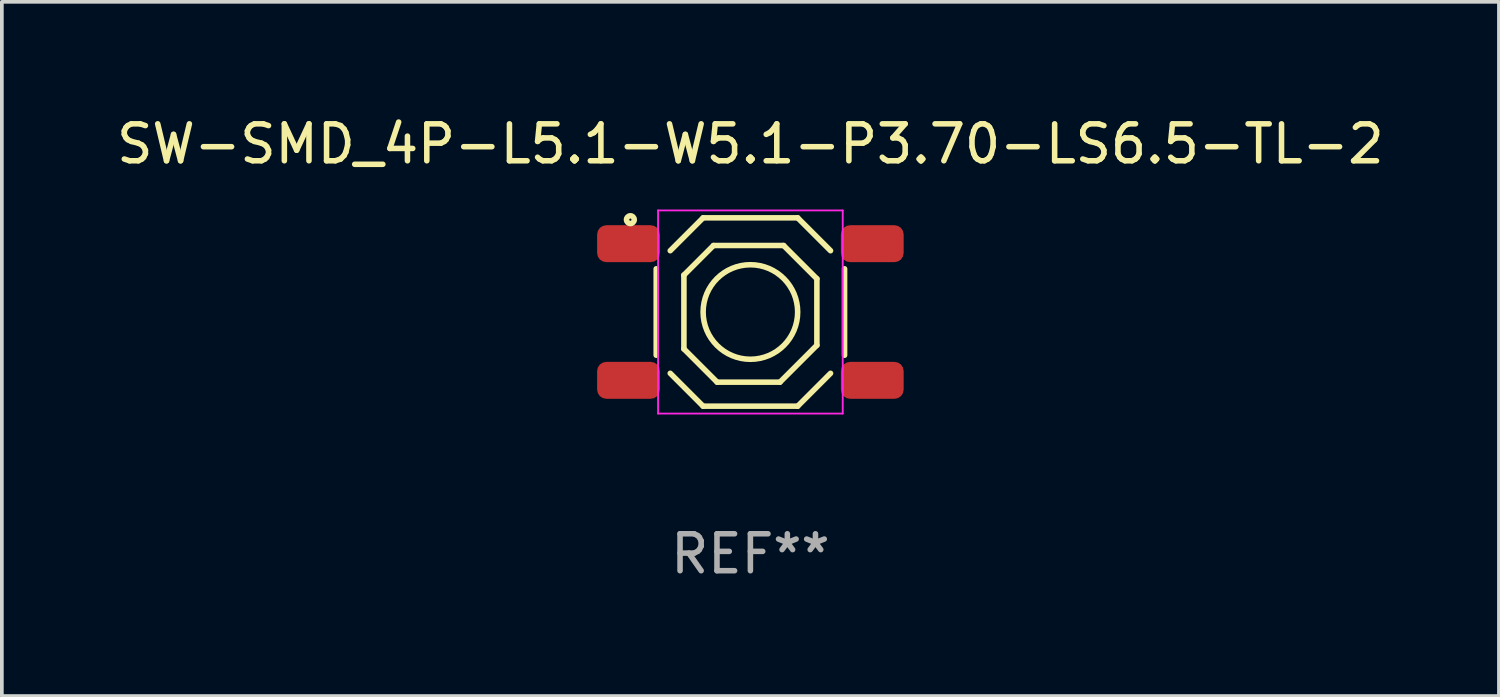
<source format=kicad_pcb>
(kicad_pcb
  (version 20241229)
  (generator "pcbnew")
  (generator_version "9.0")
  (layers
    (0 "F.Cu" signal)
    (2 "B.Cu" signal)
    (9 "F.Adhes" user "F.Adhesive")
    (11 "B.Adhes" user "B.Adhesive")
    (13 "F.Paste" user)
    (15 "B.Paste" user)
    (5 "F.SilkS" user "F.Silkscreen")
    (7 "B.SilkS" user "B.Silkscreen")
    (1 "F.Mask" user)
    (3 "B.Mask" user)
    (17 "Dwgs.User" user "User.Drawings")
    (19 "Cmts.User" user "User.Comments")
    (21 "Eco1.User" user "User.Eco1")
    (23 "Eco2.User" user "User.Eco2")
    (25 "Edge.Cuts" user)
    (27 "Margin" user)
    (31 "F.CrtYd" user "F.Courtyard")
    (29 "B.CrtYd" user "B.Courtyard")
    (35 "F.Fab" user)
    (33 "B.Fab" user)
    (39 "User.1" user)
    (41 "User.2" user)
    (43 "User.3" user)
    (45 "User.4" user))
  (footprint "SW-SMD_4P-L5.1-W5.1-P3.70-LS6.5-TL-2"
    (layer "F.Cu")
    (at 17.268 5.398)
    (property "Reference" "SW-SMD_4P-L5.1-W5.1-P3.70-LS6.5-TL-2" (at 0 -4.55 0) (layer "F.SilkS") (effects (font (size 1 1) (thickness 0.15))))
    (attr smd)
    (fp_line (start -2.55 -1.17) (end -2.55 1.17) (stroke (width 0.15) (type solid)) (layer "F.SilkS"))
    (fp_line (start -2.17 1.66) (end -1.28 2.55) (stroke (width 0.15) (type solid)) (layer "F.SilkS"))
    (fp_line (start -1.8 -1) (end -1 -1.8) (stroke (width 0.15) (type solid)) (layer "F.SilkS"))
    (fp_line (start -1.8 1) (end -1.8 -1) (stroke (width 0.15) (type solid)) (layer "F.SilkS"))
    (fp_line (start -1.28 -2.55) (end -2.17 -1.66) (stroke (width 0.15) (type solid)) (layer "F.SilkS"))
    (fp_line (start -1.28 -2.55) (end 1.28 -2.55) (stroke (width 0.15) (type solid)) (layer "F.SilkS"))
    (fp_line (start -1.28 2.55) (end 1.28 2.55) (stroke (width 0.15) (type solid)) (layer "F.SilkS"))
    (fp_line (start -1 -1.8) (end 0.9 -1.8) (stroke (width 0.15) (type solid)) (layer "F.SilkS"))
    (fp_line (start -0.9 1.9) (end -1.8 1) (stroke (width 0.15) (type solid)) (layer "F.SilkS"))
    (fp_line (start 0.8 1.9) (end -0.9 1.9) (stroke (width 0.15) (type solid)) (layer "F.SilkS"))
    (fp_line (start 0.9 -1.8) (end 1.8 -0.9) (stroke (width 0.15) (type solid)) (layer "F.SilkS"))
    (fp_line (start 1.28 -2.55) (end 2.17 -1.66) (stroke (width 0.15) (type solid)) (layer "F.SilkS"))
    (fp_line (start 1.8 -0.9) (end 1.8 0.9) (stroke (width 0.15) (type solid)) (layer "F.SilkS"))
    (fp_line (start 1.8 0.9) (end 0.8 1.9) (stroke (width 0.15) (type solid)) (layer "F.SilkS"))
    (fp_line (start 2.17 1.66) (end 1.28 2.55) (stroke (width 0.15) (type solid)) (layer "F.SilkS"))
    (fp_line (start 2.55 -1.17) (end 2.55 1.17) (stroke (width 0.15) (type solid)) (layer "F.SilkS"))
    (fp_circle (center -3.25 -2.5) (end -3.22 -2.5) (stroke (width 0.15) (type solid)) (fill no) (layer "F.SilkS"))
    (fp_circle (center 0 0) (end 1.28 0) (stroke (width 0.15) (type solid)) (fill no) (layer "F.SilkS"))
    (fp_line (start -2.5 -2.75) (end 2.5 -2.75) (stroke (width 0.05) (type default)) (layer "F.CrtYd"))
    (fp_line (start -2.5 2.75) (end -2.5 -2.75) (stroke (width 0.05) (type default)) (layer "F.CrtYd"))
    (fp_line (start 2.5 -2.75) (end 2.5 2.75) (stroke (width 0.05) (type default)) (layer "F.CrtYd"))
    (fp_line (start 2.5 2.75) (end -2.5 2.75) (stroke (width 0.05) (type default)) (layer "F.CrtYd"))
    (fp_text user "REF**" (at 0 6.55 0) (layer "F.Fab") (effects (font (size 1 1) (thickness 0.15))))
    (pad "1" smd roundrect (at -3.3 -1.85) (size 1.7 1) (layers "F.Cu" "F.Mask" "F.Paste") (roundrect_rratio 0.25))
    (pad "2" smd roundrect (at 3.3 -1.85) (size 1.7 1) (layers "F.Cu" "F.Mask" "F.Paste") (roundrect_rratio 0.25))
    (pad "3" smd roundrect (at -3.3 1.85) (size 1.7 1) (layers "F.Cu" "F.Mask" "F.Paste") (roundrect_rratio 0.25))
    (pad "4" smd roundrect (at 3.3 1.85) (size 1.7 1) (layers "F.Cu" "F.Mask" "F.Paste") (roundrect_rratio 0.25)))
  (gr_rect
    (start -3 -3)
    (end 37.536 15.796)
    (stroke (width 0.1) (type default))
    (fill no)
    (layer "Edge.Cuts")))
</source>
